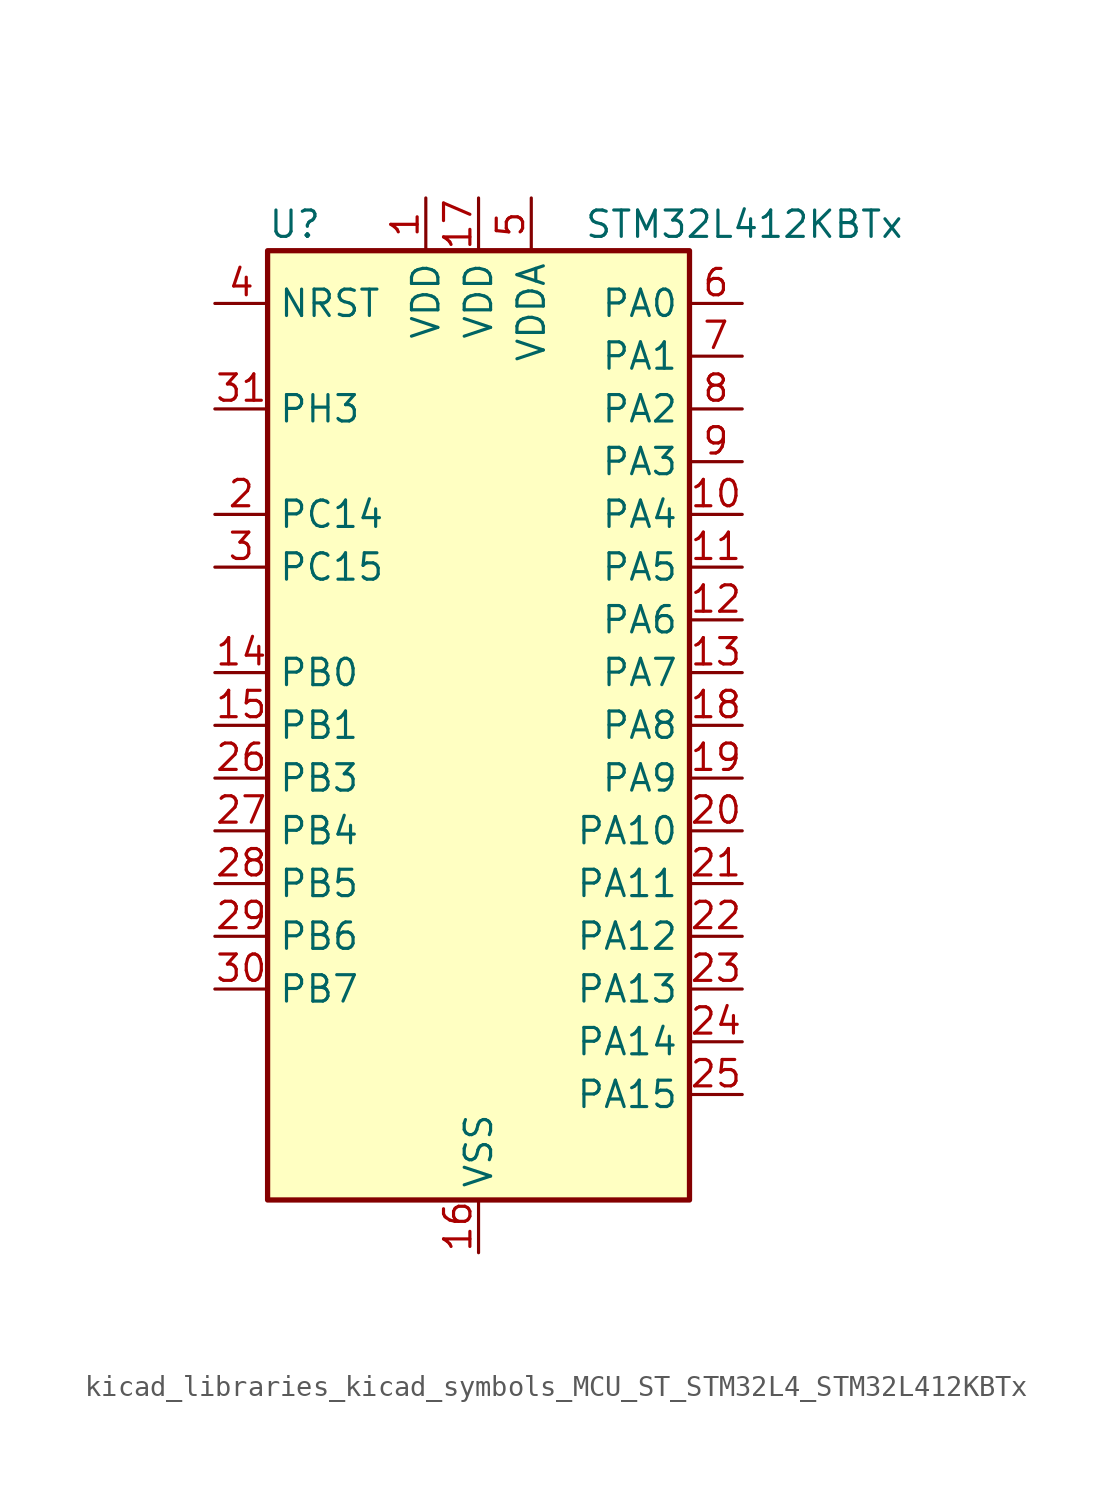
<source format=kicad_sym>
(kicad_symbol_lib
  (version 20220914)
  (generator kicad_symbol_editor)
  (symbol "kicad_libraries_kicad_symbols_MCU_ST_STM32L4_STM32L412KBTx"
    (property "Reference" "U"
      (at -10.16 24.13 0)
      (effects (font (size 1.27 1.27)) (justify left)))
    (property "Value" "STM32L412KBTx"
      (at 5.08 24.13 0)
      (effects (font (size 1.27 1.27)) (justify left)))
    (property "ki_locked" ""
      (at 0 0 0)
      (effects (font (size 1.27 1.27))))
    (symbol "kicad_libraries_kicad_symbols_MCU_ST_STM32L4_STM32L412KBTx_0_1"
      (rectangle (start -10.16 -22.86) (end 10.16 22.86) (stroke (width 0.254) (type default)) (fill (type background))))
    (symbol "kicad_libraries_kicad_symbols_MCU_ST_STM32L4_STM32L412KBTx_1_1"
      (pin power_in line (at -2.54 25.4 270) (length 2.54) (name "VDD" (effects (font (size 1.27 1.27)))) (number "1" (effects (font (size 1.27 1.27)))))
      (pin bidirectional line (at 12.7 10.16 180) (length 2.54) (name "PA4" (effects (font (size 1.27 1.27)))) (number "10" (effects (font (size 1.27 1.27)))) (alternate "ADC1_IN9" bidirectional line) (alternate "ADC2_IN9" bidirectional line) (alternate "COMP1_INM" bidirectional line) (alternate "LPTIM2_OUT" bidirectional line) (alternate "SPI1_NSS" bidirectional line) (alternate "USART2_CK" bidirectional line))
      (pin bidirectional line (at 12.7 7.62 180) (length 2.54) (name "PA5" (effects (font (size 1.27 1.27)))) (number "11" (effects (font (size 1.27 1.27)))) (alternate "ADC1_IN10" bidirectional line) (alternate "ADC2_IN10" bidirectional line) (alternate "COMP1_INM" bidirectional line) (alternate "LPTIM2_ETR" bidirectional line) (alternate "SPI1_SCK" bidirectional line) (alternate "TIM2_CH1" bidirectional line) (alternate "TIM2_ETR" bidirectional line))
      (pin bidirectional line (at 12.7 5.08 180) (length 2.54) (name "PA6" (effects (font (size 1.27 1.27)))) (number "12" (effects (font (size 1.27 1.27)))) (alternate "ADC1_IN11" bidirectional line) (alternate "ADC2_IN11" bidirectional line) (alternate "COMP1_OUT" bidirectional line) (alternate "LPUART1_CTS" bidirectional line) (alternate "QUADSPI_BK1_IO3" bidirectional line) (alternate "SPI1_MISO" bidirectional line) (alternate "TIM16_CH1" bidirectional line) (alternate "TIM1_BKIN" bidirectional line))
      (pin bidirectional line (at 12.7 2.54 180) (length 2.54) (name "PA7" (effects (font (size 1.27 1.27)))) (number "13" (effects (font (size 1.27 1.27)))) (alternate "ADC1_IN12" bidirectional line) (alternate "ADC2_IN12" bidirectional line) (alternate "I2C3_SCL" bidirectional line) (alternate "QUADSPI_BK1_IO2" bidirectional line) (alternate "SPI1_MOSI" bidirectional line) (alternate "TIM1_CH1N" bidirectional line))
      (pin bidirectional line (at -12.7 2.54 0) (length 2.54) (name "PB0" (effects (font (size 1.27 1.27)))) (number "14" (effects (font (size 1.27 1.27)))) (alternate "ADC1_IN15" bidirectional line) (alternate "ADC2_IN15" bidirectional line) (alternate "COMP1_OUT" bidirectional line) (alternate "QUADSPI_BK1_IO1" bidirectional line) (alternate "SPI1_NSS" bidirectional line) (alternate "SYS_TRACED0" bidirectional line) (alternate "TIM1_CH2N" bidirectional line))
      (pin bidirectional line (at -12.7 0 0) (length 2.54) (name "PB1" (effects (font (size 1.27 1.27)))) (number "15" (effects (font (size 1.27 1.27)))) (alternate "ADC1_IN16" bidirectional line) (alternate "ADC2_IN16" bidirectional line) (alternate "COMP1_INM" bidirectional line) (alternate "LPTIM2_IN1" bidirectional line) (alternate "LPUART1_DE" bidirectional line) (alternate "LPUART1_RTS" bidirectional line) (alternate "QUADSPI_BK1_IO0" bidirectional line) (alternate "SYS_TRACED1" bidirectional line) (alternate "TIM1_CH3N" bidirectional line))
      (pin power_in line (at 0 -25.4 90) (length 2.54) (name "VSS" (effects (font (size 1.27 1.27)))) (number "16" (effects (font (size 1.27 1.27)))))
      (pin power_in line (at 0 25.4 270) (length 2.54) (name "VDD" (effects (font (size 1.27 1.27)))) (number "17" (effects (font (size 1.27 1.27)))))
      (pin bidirectional line (at 12.7 0 180) (length 2.54) (name "PA8" (effects (font (size 1.27 1.27)))) (number "18" (effects (font (size 1.27 1.27)))) (alternate "LPTIM2_OUT" bidirectional line) (alternate "RCC_MCO" bidirectional line) (alternate "TIM1_CH1" bidirectional line) (alternate "USART1_CK" bidirectional line))
      (pin bidirectional line (at 12.7 -2.54 180) (length 2.54) (name "PA9" (effects (font (size 1.27 1.27)))) (number "19" (effects (font (size 1.27 1.27)))) (alternate "I2C1_SCL" bidirectional line) (alternate "TIM15_BKIN" bidirectional line) (alternate "TIM1_CH2" bidirectional line) (alternate "USART1_TX" bidirectional line))
      (pin bidirectional line (at -12.7 10.16 0) (length 2.54) (name "PC14" (effects (font (size 1.27 1.27)))) (number "2" (effects (font (size 1.27 1.27)))) (alternate "RCC_OSC32_IN" bidirectional line))
      (pin bidirectional line (at 12.7 -5.08 180) (length 2.54) (name "PA10" (effects (font (size 1.27 1.27)))) (number "20" (effects (font (size 1.27 1.27)))) (alternate "CRS_SYNC" bidirectional line) (alternate "I2C1_SDA" bidirectional line) (alternate "TIM1_CH3" bidirectional line) (alternate "USART1_RX" bidirectional line))
      (pin bidirectional line (at 12.7 -7.62 180) (length 2.54) (name "PA11" (effects (font (size 1.27 1.27)))) (number "21" (effects (font (size 1.27 1.27)))) (alternate "ADC1_EXTI11" bidirectional line) (alternate "ADC2_EXTI11" bidirectional line) (alternate "COMP1_OUT" bidirectional line) (alternate "SPI1_MISO" bidirectional line) (alternate "TIM1_BKIN2" bidirectional line) (alternate "TIM1_BKIN2_COMP1" bidirectional line) (alternate "TIM1_CH4" bidirectional line) (alternate "USART1_CTS" bidirectional line) (alternate "USB_DM" bidirectional line))
      (pin bidirectional line (at 12.7 -10.16 180) (length 2.54) (name "PA12" (effects (font (size 1.27 1.27)))) (number "22" (effects (font (size 1.27 1.27)))) (alternate "SPI1_MOSI" bidirectional line) (alternate "TIM1_ETR" bidirectional line) (alternate "USART1_DE" bidirectional line) (alternate "USART1_RTS" bidirectional line) (alternate "USB_DP" bidirectional line))
      (pin bidirectional line (at 12.7 -12.7 180) (length 2.54) (name "PA13" (effects (font (size 1.27 1.27)))) (number "23" (effects (font (size 1.27 1.27)))) (alternate "IR_OUT" bidirectional line) (alternate "SYS_JTMS-SWDIO" bidirectional line) (alternate "USB_NOE" bidirectional line))
      (pin bidirectional line (at 12.7 -15.24 180) (length 2.54) (name "PA14" (effects (font (size 1.27 1.27)))) (number "24" (effects (font (size 1.27 1.27)))) (alternate "I2C1_SMBA" bidirectional line) (alternate "LPTIM1_OUT" bidirectional line) (alternate "SYS_JTCK-SWCLK" bidirectional line))
      (pin bidirectional line (at 12.7 -17.78 180) (length 2.54) (name "PA15" (effects (font (size 1.27 1.27)))) (number "25" (effects (font (size 1.27 1.27)))) (alternate "ADC1_EXTI15" bidirectional line) (alternate "ADC2_EXTI15" bidirectional line) (alternate "SPI1_NSS" bidirectional line) (alternate "SYS_JTDI" bidirectional line) (alternate "TIM2_CH1" bidirectional line) (alternate "TIM2_ETR" bidirectional line) (alternate "USART2_RX" bidirectional line))
      (pin bidirectional line (at -12.7 -2.54 0) (length 2.54) (name "PB3" (effects (font (size 1.27 1.27)))) (number "26" (effects (font (size 1.27 1.27)))) (alternate "SPI1_SCK" bidirectional line) (alternate "SYS_JTDO-SWO" bidirectional line) (alternate "TIM2_CH2" bidirectional line) (alternate "USART1_DE" bidirectional line) (alternate "USART1_RTS" bidirectional line))
      (pin bidirectional line (at -12.7 -5.08 0) (length 2.54) (name "PB4" (effects (font (size 1.27 1.27)))) (number "27" (effects (font (size 1.27 1.27)))) (alternate "I2C3_SDA" bidirectional line) (alternate "SPI1_MISO" bidirectional line) (alternate "SYS_JTRST" bidirectional line) (alternate "TSC_G2_IO1" bidirectional line) (alternate "USART1_CTS" bidirectional line))
      (pin bidirectional line (at -12.7 -7.62 0) (length 2.54) (name "PB5" (effects (font (size 1.27 1.27)))) (number "28" (effects (font (size 1.27 1.27)))) (alternate "I2C1_SMBA" bidirectional line) (alternate "LPTIM1_IN1" bidirectional line) (alternate "SPI1_MOSI" bidirectional line) (alternate "SYS_TRACED2" bidirectional line) (alternate "TIM16_BKIN" bidirectional line) (alternate "TSC_G2_IO2" bidirectional line) (alternate "USART1_CK" bidirectional line))
      (pin bidirectional line (at -12.7 -10.16 0) (length 2.54) (name "PB6" (effects (font (size 1.27 1.27)))) (number "29" (effects (font (size 1.27 1.27)))) (alternate "I2C1_SCL" bidirectional line) (alternate "LPTIM1_ETR" bidirectional line) (alternate "SYS_TRACED3" bidirectional line) (alternate "TIM16_CH1N" bidirectional line) (alternate "TSC_G2_IO3" bidirectional line) (alternate "USART1_TX" bidirectional line))
      (pin bidirectional line (at -12.7 7.62 0) (length 2.54) (name "PC15" (effects (font (size 1.27 1.27)))) (number "3" (effects (font (size 1.27 1.27)))) (alternate "ADC1_EXTI15" bidirectional line) (alternate "ADC2_EXTI15" bidirectional line) (alternate "RCC_OSC32_OUT" bidirectional line))
      (pin bidirectional line (at -12.7 -12.7 0) (length 2.54) (name "PB7" (effects (font (size 1.27 1.27)))) (number "30" (effects (font (size 1.27 1.27)))) (alternate "I2C1_SDA" bidirectional line) (alternate "LPTIM1_IN2" bidirectional line) (alternate "SYS_PVD_IN" bidirectional line) (alternate "SYS_TRACECLK" bidirectional line) (alternate "TSC_G2_IO4" bidirectional line) (alternate "USART1_RX" bidirectional line))
      (pin bidirectional line (at -12.7 15.24 0) (length 2.54) (name "PH3" (effects (font (size 1.27 1.27)))) (number "31" (effects (font (size 1.27 1.27)))))
      (pin passive line (at 0 -25.4 90) (length 2.54) hide (name "VSS" (effects (font (size 1.27 1.27)))) (number "32" (effects (font (size 1.27 1.27)))))
      (pin input line (at -12.7 20.32 0) (length 2.54) (name "NRST" (effects (font (size 1.27 1.27)))) (number "4" (effects (font (size 1.27 1.27)))))
      (pin power_in line (at 2.54 25.4 270) (length 2.54) (name "VDDA" (effects (font (size 1.27 1.27)))) (number "5" (effects (font (size 1.27 1.27)))))
      (pin bidirectional line (at 12.7 20.32 180) (length 2.54) (name "PA0" (effects (font (size 1.27 1.27)))) (number "6" (effects (font (size 1.27 1.27)))) (alternate "ADC1_IN5" bidirectional line) (alternate "COMP1_INM" bidirectional line) (alternate "COMP1_OUT" bidirectional line) (alternate "OPAMP1_VINP" bidirectional line) (alternate "RCC_CK_IN" bidirectional line) (alternate "RTC_TAMP2" bidirectional line) (alternate "SYS_WKUP1" bidirectional line) (alternate "TIM2_CH1" bidirectional line) (alternate "TIM2_ETR" bidirectional line) (alternate "USART2_CTS" bidirectional line))
      (pin bidirectional line (at 12.7 17.78 180) (length 2.54) (name "PA1" (effects (font (size 1.27 1.27)))) (number "7" (effects (font (size 1.27 1.27)))) (alternate "ADC1_IN6" bidirectional line) (alternate "COMP1_INP" bidirectional line) (alternate "I2C1_SMBA" bidirectional line) (alternate "OPAMP1_VINM" bidirectional line) (alternate "SPI1_SCK" bidirectional line) (alternate "TIM15_CH1N" bidirectional line) (alternate "TIM2_CH2" bidirectional line) (alternate "USART2_DE" bidirectional line) (alternate "USART2_RTS" bidirectional line))
      (pin bidirectional line (at 12.7 15.24 180) (length 2.54) (name "PA2" (effects (font (size 1.27 1.27)))) (number "8" (effects (font (size 1.27 1.27)))) (alternate "ADC1_IN7" bidirectional line) (alternate "ADC2_IN7" bidirectional line) (alternate "LPUART1_TX" bidirectional line) (alternate "QUADSPI_BK1_NCS" bidirectional line) (alternate "RCC_LSCO" bidirectional line) (alternate "SYS_WKUP4" bidirectional line) (alternate "TIM15_CH1" bidirectional line) (alternate "TIM2_CH3" bidirectional line) (alternate "USART2_TX" bidirectional line))
      (pin bidirectional line (at 12.7 12.7 180) (length 2.54) (name "PA3" (effects (font (size 1.27 1.27)))) (number "9" (effects (font (size 1.27 1.27)))) (alternate "ADC1_IN8" bidirectional line) (alternate "ADC2_IN8" bidirectional line) (alternate "LPUART1_RX" bidirectional line) (alternate "OPAMP1_VOUT" bidirectional line) (alternate "QUADSPI_CLK" bidirectional line) (alternate "TIM15_CH2" bidirectional line) (alternate "TIM2_CH4" bidirectional line) (alternate "USART2_RX" bidirectional line)))))
</source>
